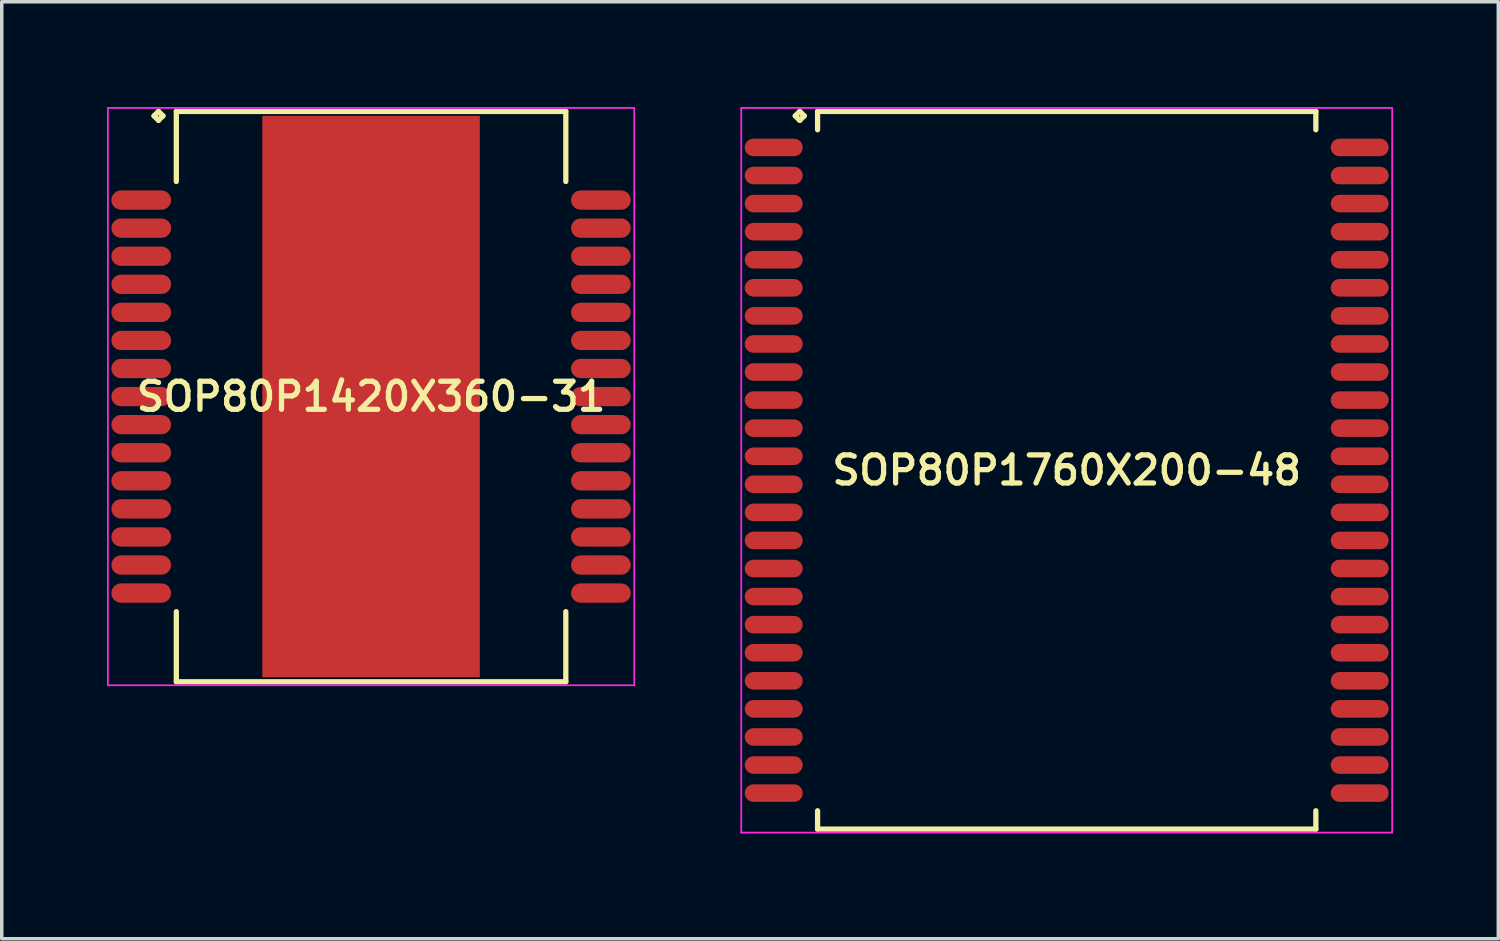
<source format=kicad_pcb>
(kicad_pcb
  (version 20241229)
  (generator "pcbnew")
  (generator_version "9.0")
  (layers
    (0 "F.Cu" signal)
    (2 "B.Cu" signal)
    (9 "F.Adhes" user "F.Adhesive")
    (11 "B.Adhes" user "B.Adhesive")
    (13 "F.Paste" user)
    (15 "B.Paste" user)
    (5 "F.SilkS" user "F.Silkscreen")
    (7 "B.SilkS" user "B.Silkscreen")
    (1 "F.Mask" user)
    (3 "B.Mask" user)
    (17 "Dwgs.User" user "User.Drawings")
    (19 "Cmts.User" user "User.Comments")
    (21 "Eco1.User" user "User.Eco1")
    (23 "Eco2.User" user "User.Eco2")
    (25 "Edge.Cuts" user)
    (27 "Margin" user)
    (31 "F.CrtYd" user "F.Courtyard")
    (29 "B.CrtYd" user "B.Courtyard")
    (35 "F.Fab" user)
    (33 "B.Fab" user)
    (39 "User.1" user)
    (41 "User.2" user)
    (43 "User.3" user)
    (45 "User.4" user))
  (footprint "SOP80P1420X360-31"
    (layer "F.Cu")
    (at 7.525 8.252)
    (property "Reference" "SOP80P1420X360-31" (at 0 0 0) (layer "F.SilkS") (effects (font (size 0.8 0.8) (thickness 0.15))))
    (attr smd)
    (fp_line (start -6.185 -8) (end -6.058 -8.127) (stroke (width 0.15) (type solid)) (layer "F.SilkS"))
    (fp_line (start -6.058 -8.127) (end -5.931 -8) (stroke (width 0.15) (type solid)) (layer "F.SilkS"))
    (fp_line (start -6.058 -7.873) (end -6.185 -8) (stroke (width 0.15) (type solid)) (layer "F.SilkS"))
    (fp_line (start -5.931 -8) (end -6.058 -7.873) (stroke (width 0.15) (type solid)) (layer "F.SilkS"))
    (fp_line (start -5.55 -8.127) (end 5.55 -8.127) (stroke (width 0.15) (type solid)) (layer "F.SilkS"))
    (fp_line (start -5.55 -6.129) (end -5.55 -8.127) (stroke (width 0.15) (type solid)) (layer "F.SilkS"))
    (fp_line (start -5.55 6.129) (end -5.55 8.127) (stroke (width 0.15) (type solid)) (layer "F.SilkS"))
    (fp_line (start -5.55 8.127) (end 5.55 8.127) (stroke (width 0.15) (type solid)) (layer "F.SilkS"))
    (fp_line (start 5.55 -8.127) (end 5.55 -6.129) (stroke (width 0.15) (type solid)) (layer "F.SilkS"))
    (fp_line (start 5.55 8.127) (end 5.55 6.129) (stroke (width 0.15) (type solid)) (layer "F.SilkS"))
    (fp_line (start -7.5 -8.227) (end 7.5 -8.227) (stroke (width 0.05) (type solid)) (layer "F.CrtYd"))
    (fp_line (start -7.5 8.227) (end -7.5 -8.227) (stroke (width 0.05) (type solid)) (layer "F.CrtYd"))
    (fp_line (start 7.5 -8.227) (end 7.5 8.227) (stroke (width 0.05) (type solid)) (layer "F.CrtYd"))
    (fp_line (start 7.5 8.227) (end -7.5 8.227) (stroke (width 0.05) (type solid)) (layer "F.CrtYd"))
    (pad "1" smd oval (at -6.55 -5.6) (size 1.7 0.55) (layers "F.Cu" "F.Mask" "F.Paste"))
    (pad "2" smd oval (at -6.55 -4.8) (size 1.7 0.55) (layers "F.Cu" "F.Mask" "F.Paste"))
    (pad "3" smd oval (at -6.55 -4) (size 1.7 0.55) (layers "F.Cu" "F.Mask" "F.Paste"))
    (pad "4" smd oval (at -6.55 -3.2) (size 1.7 0.55) (layers "F.Cu" "F.Mask" "F.Paste"))
    (pad "5" smd oval (at -6.55 -2.4) (size 1.7 0.55) (layers "F.Cu" "F.Mask" "F.Paste"))
    (pad "6" smd oval (at -6.55 -1.6) (size 1.7 0.55) (layers "F.Cu" "F.Mask" "F.Paste"))
    (pad "7" smd oval (at -6.55 -0.8) (size 1.7 0.55) (layers "F.Cu" "F.Mask" "F.Paste"))
    (pad "8" smd oval (at -6.55 0) (size 1.7 0.55) (layers "F.Cu" "F.Mask" "F.Paste"))
    (pad "9" smd oval (at -6.55 0.8) (size 1.7 0.55) (layers "F.Cu" "F.Mask" "F.Paste"))
    (pad "10" smd oval (at -6.55 1.6) (size 1.7 0.55) (layers "F.Cu" "F.Mask" "F.Paste"))
    (pad "11" smd oval (at -6.55 2.4) (size 1.7 0.55) (layers "F.Cu" "F.Mask" "F.Paste"))
    (pad "12" smd oval (at -6.55 3.2) (size 1.7 0.55) (layers "F.Cu" "F.Mask" "F.Paste"))
    (pad "13" smd oval (at -6.55 4) (size 1.7 0.55) (layers "F.Cu" "F.Mask" "F.Paste"))
    (pad "14" smd oval (at -6.55 4.8) (size 1.7 0.55) (layers "F.Cu" "F.Mask" "F.Paste"))
    (pad "15" smd oval (at -6.55 5.6) (size 1.7 0.55) (layers "F.Cu" "F.Mask" "F.Paste"))
    (pad "16" smd oval (at 6.55 5.6) (size 1.7 0.55) (layers "F.Cu" "F.Mask" "F.Paste"))
    (pad "17" smd oval (at 6.55 4.8) (size 1.7 0.55) (layers "F.Cu" "F.Mask" "F.Paste"))
    (pad "18" smd oval (at 6.55 4) (size 1.7 0.55) (layers "F.Cu" "F.Mask" "F.Paste"))
    (pad "19" smd oval (at 6.55 3.2) (size 1.7 0.55) (layers "F.Cu" "F.Mask" "F.Paste"))
    (pad "20" smd oval (at 6.55 2.4) (size 1.7 0.55) (layers "F.Cu" "F.Mask" "F.Paste"))
    (pad "21" smd oval (at 6.55 1.6) (size 1.7 0.55) (layers "F.Cu" "F.Mask" "F.Paste"))
    (pad "22" smd oval (at 6.55 0.8) (size 1.7 0.55) (layers "F.Cu" "F.Mask" "F.Paste"))
    (pad "23" smd oval (at 6.55 0) (size 1.7 0.55) (layers "F.Cu" "F.Mask" "F.Paste"))
    (pad "24" smd oval (at 6.55 -0.8) (size 1.7 0.55) (layers "F.Cu" "F.Mask" "F.Paste"))
    (pad "25" smd oval (at 6.55 -1.6) (size 1.7 0.55) (layers "F.Cu" "F.Mask" "F.Paste"))
    (pad "26" smd oval (at 6.55 -2.4) (size 1.7 0.55) (layers "F.Cu" "F.Mask" "F.Paste"))
    (pad "27" smd oval (at 6.55 -3.2) (size 1.7 0.55) (layers "F.Cu" "F.Mask" "F.Paste"))
    (pad "28" smd oval (at 6.55 -4) (size 1.7 0.55) (layers "F.Cu" "F.Mask" "F.Paste"))
    (pad "29" smd oval (at 6.55 -4.8) (size 1.7 0.55) (layers "F.Cu" "F.Mask" "F.Paste"))
    (pad "30" smd oval (at 6.55 -5.6) (size 1.7 0.55) (layers "F.Cu" "F.Mask" "F.Paste"))
    (pad "31" smd rect (at 0 0) (size 6.2 16) (layers "F.Cu" "F.Mask" "F.Paste")))
  (footprint "SOP80P1760X200-48"
    (layer "F.Cu")
    (at 27.35 10.352)
    (property "Reference" "SOP80P1760X200-48" (at 0 0 0) (layer "F.SilkS") (effects (font (size 0.8 0.8) (thickness 0.15))))
    (attr smd)
    (fp_line (start -7.735 -10.1) (end -7.608 -10.227) (stroke (width 0.15) (type solid)) (layer "F.SilkS"))
    (fp_line (start -7.608 -10.227) (end -7.481 -10.1) (stroke (width 0.15) (type solid)) (layer "F.SilkS"))
    (fp_line (start -7.608 -9.973) (end -7.735 -10.1) (stroke (width 0.15) (type solid)) (layer "F.SilkS"))
    (fp_line (start -7.481 -10.1) (end -7.608 -9.973) (stroke (width 0.15) (type solid)) (layer "F.SilkS"))
    (fp_line (start -7.1 -10.227) (end 7.1 -10.227) (stroke (width 0.15) (type solid)) (layer "F.SilkS"))
    (fp_line (start -7.1 -9.704) (end -7.1 -10.227) (stroke (width 0.15) (type solid)) (layer "F.SilkS"))
    (fp_line (start -7.1 9.704) (end -7.1 10.227) (stroke (width 0.15) (type solid)) (layer "F.SilkS"))
    (fp_line (start -7.1 10.227) (end 7.1 10.227) (stroke (width 0.15) (type solid)) (layer "F.SilkS"))
    (fp_line (start 7.1 -10.227) (end 7.1 -9.704) (stroke (width 0.15) (type solid)) (layer "F.SilkS"))
    (fp_line (start 7.1 10.227) (end 7.1 9.704) (stroke (width 0.15) (type solid)) (layer "F.SilkS"))
    (fp_line (start -9.275 -10.327) (end 9.275 -10.327) (stroke (width 0.05) (type solid)) (layer "F.CrtYd"))
    (fp_line (start -9.275 10.327) (end -9.275 -10.327) (stroke (width 0.05) (type solid)) (layer "F.CrtYd"))
    (fp_line (start 9.275 -10.327) (end 9.275 10.327) (stroke (width 0.05) (type solid)) (layer "F.CrtYd"))
    (fp_line (start 9.275 10.327) (end -9.275 10.327) (stroke (width 0.05) (type solid)) (layer "F.CrtYd"))
    (pad "1" smd oval (at -8.35 -9.2) (size 1.65 0.5) (layers "F.Cu" "F.Mask" "F.Paste"))
    (pad "2" smd oval (at -8.35 -8.4) (size 1.65 0.5) (layers "F.Cu" "F.Mask" "F.Paste"))
    (pad "3" smd oval (at -8.35 -7.6) (size 1.65 0.5) (layers "F.Cu" "F.Mask" "F.Paste"))
    (pad "4" smd oval (at -8.35 -6.8) (size 1.65 0.5) (layers "F.Cu" "F.Mask" "F.Paste"))
    (pad "5" smd oval (at -8.35 -6) (size 1.65 0.5) (layers "F.Cu" "F.Mask" "F.Paste"))
    (pad "6" smd oval (at -8.35 -5.2) (size 1.65 0.5) (layers "F.Cu" "F.Mask" "F.Paste"))
    (pad "7" smd oval (at -8.35 -4.4) (size 1.65 0.5) (layers "F.Cu" "F.Mask" "F.Paste"))
    (pad "8" smd oval (at -8.35 -3.6) (size 1.65 0.5) (layers "F.Cu" "F.Mask" "F.Paste"))
    (pad "9" smd oval (at -8.35 -2.8) (size 1.65 0.5) (layers "F.Cu" "F.Mask" "F.Paste"))
    (pad "10" smd oval (at -8.35 -2) (size 1.65 0.5) (layers "F.Cu" "F.Mask" "F.Paste"))
    (pad "11" smd oval (at -8.35 -1.2) (size 1.65 0.5) (layers "F.Cu" "F.Mask" "F.Paste"))
    (pad "12" smd oval (at -8.35 -0.4) (size 1.65 0.5) (layers "F.Cu" "F.Mask" "F.Paste"))
    (pad "13" smd oval (at -8.35 0.4) (size 1.65 0.5) (layers "F.Cu" "F.Mask" "F.Paste"))
    (pad "14" smd oval (at -8.35 1.2) (size 1.65 0.5) (layers "F.Cu" "F.Mask" "F.Paste"))
    (pad "15" smd oval (at -8.35 2) (size 1.65 0.5) (layers "F.Cu" "F.Mask" "F.Paste"))
    (pad "16" smd oval (at -8.35 2.8) (size 1.65 0.5) (layers "F.Cu" "F.Mask" "F.Paste"))
    (pad "17" smd oval (at -8.35 3.6) (size 1.65 0.5) (layers "F.Cu" "F.Mask" "F.Paste"))
    (pad "18" smd oval (at -8.35 4.4) (size 1.65 0.5) (layers "F.Cu" "F.Mask" "F.Paste"))
    (pad "19" smd oval (at -8.35 5.2) (size 1.65 0.5) (layers "F.Cu" "F.Mask" "F.Paste"))
    (pad "20" smd oval (at -8.35 6) (size 1.65 0.5) (layers "F.Cu" "F.Mask" "F.Paste"))
    (pad "21" smd oval (at -8.35 6.8) (size 1.65 0.5) (layers "F.Cu" "F.Mask" "F.Paste"))
    (pad "22" smd oval (at -8.35 7.6) (size 1.65 0.5) (layers "F.Cu" "F.Mask" "F.Paste"))
    (pad "23" smd oval (at -8.35 8.4) (size 1.65 0.5) (layers "F.Cu" "F.Mask" "F.Paste"))
    (pad "24" smd oval (at -8.35 9.2) (size 1.65 0.5) (layers "F.Cu" "F.Mask" "F.Paste"))
    (pad "25" smd oval (at 8.35 9.2) (size 1.65 0.5) (layers "F.Cu" "F.Mask" "F.Paste"))
    (pad "26" smd oval (at 8.35 8.4) (size 1.65 0.5) (layers "F.Cu" "F.Mask" "F.Paste"))
    (pad "27" smd oval (at 8.35 7.6) (size 1.65 0.5) (layers "F.Cu" "F.Mask" "F.Paste"))
    (pad "28" smd oval (at 8.35 6.8) (size 1.65 0.5) (layers "F.Cu" "F.Mask" "F.Paste"))
    (pad "29" smd oval (at 8.35 6) (size 1.65 0.5) (layers "F.Cu" "F.Mask" "F.Paste"))
    (pad "30" smd oval (at 8.35 5.2) (size 1.65 0.5) (layers "F.Cu" "F.Mask" "F.Paste"))
    (pad "31" smd oval (at 8.35 4.4) (size 1.65 0.5) (layers "F.Cu" "F.Mask" "F.Paste"))
    (pad "32" smd oval (at 8.35 3.6) (size 1.65 0.5) (layers "F.Cu" "F.Mask" "F.Paste"))
    (pad "33" smd oval (at 8.35 2.8) (size 1.65 0.5) (layers "F.Cu" "F.Mask" "F.Paste"))
    (pad "34" smd oval (at 8.35 2) (size 1.65 0.5) (layers "F.Cu" "F.Mask" "F.Paste"))
    (pad "35" smd oval (at 8.35 1.2) (size 1.65 0.5) (layers "F.Cu" "F.Mask" "F.Paste"))
    (pad "36" smd oval (at 8.35 0.4) (size 1.65 0.5) (layers "F.Cu" "F.Mask" "F.Paste"))
    (pad "37" smd oval (at 8.35 -0.4) (size 1.65 0.5) (layers "F.Cu" "F.Mask" "F.Paste"))
    (pad "38" smd oval (at 8.35 -1.2) (size 1.65 0.5) (layers "F.Cu" "F.Mask" "F.Paste"))
    (pad "39" smd oval (at 8.35 -2) (size 1.65 0.5) (layers "F.Cu" "F.Mask" "F.Paste"))
    (pad "40" smd oval (at 8.35 -2.8) (size 1.65 0.5) (layers "F.Cu" "F.Mask" "F.Paste"))
    (pad "41" smd oval (at 8.35 -3.6) (size 1.65 0.5) (layers "F.Cu" "F.Mask" "F.Paste"))
    (pad "42" smd oval (at 8.35 -4.4) (size 1.65 0.5) (layers "F.Cu" "F.Mask" "F.Paste"))
    (pad "43" smd oval (at 8.35 -5.2) (size 1.65 0.5) (layers "F.Cu" "F.Mask" "F.Paste"))
    (pad "44" smd oval (at 8.35 -6) (size 1.65 0.5) (layers "F.Cu" "F.Mask" "F.Paste"))
    (pad "45" smd oval (at 8.35 -6.8) (size 1.65 0.5) (layers "F.Cu" "F.Mask" "F.Paste"))
    (pad "46" smd oval (at 8.35 -7.6) (size 1.65 0.5) (layers "F.Cu" "F.Mask" "F.Paste"))
    (pad "47" smd oval (at 8.35 -8.4) (size 1.65 0.5) (layers "F.Cu" "F.Mask" "F.Paste"))
    (pad "48" smd oval (at 8.35 -9.2) (size 1.65 0.5) (layers "F.Cu" "F.Mask" "F.Paste")))
  (gr_rect
    (start -3 -3)
    (end 39.65 23.704)
    (stroke (width 0.1) (type default))
    (fill no)
    (layer "Edge.Cuts")))
</source>
